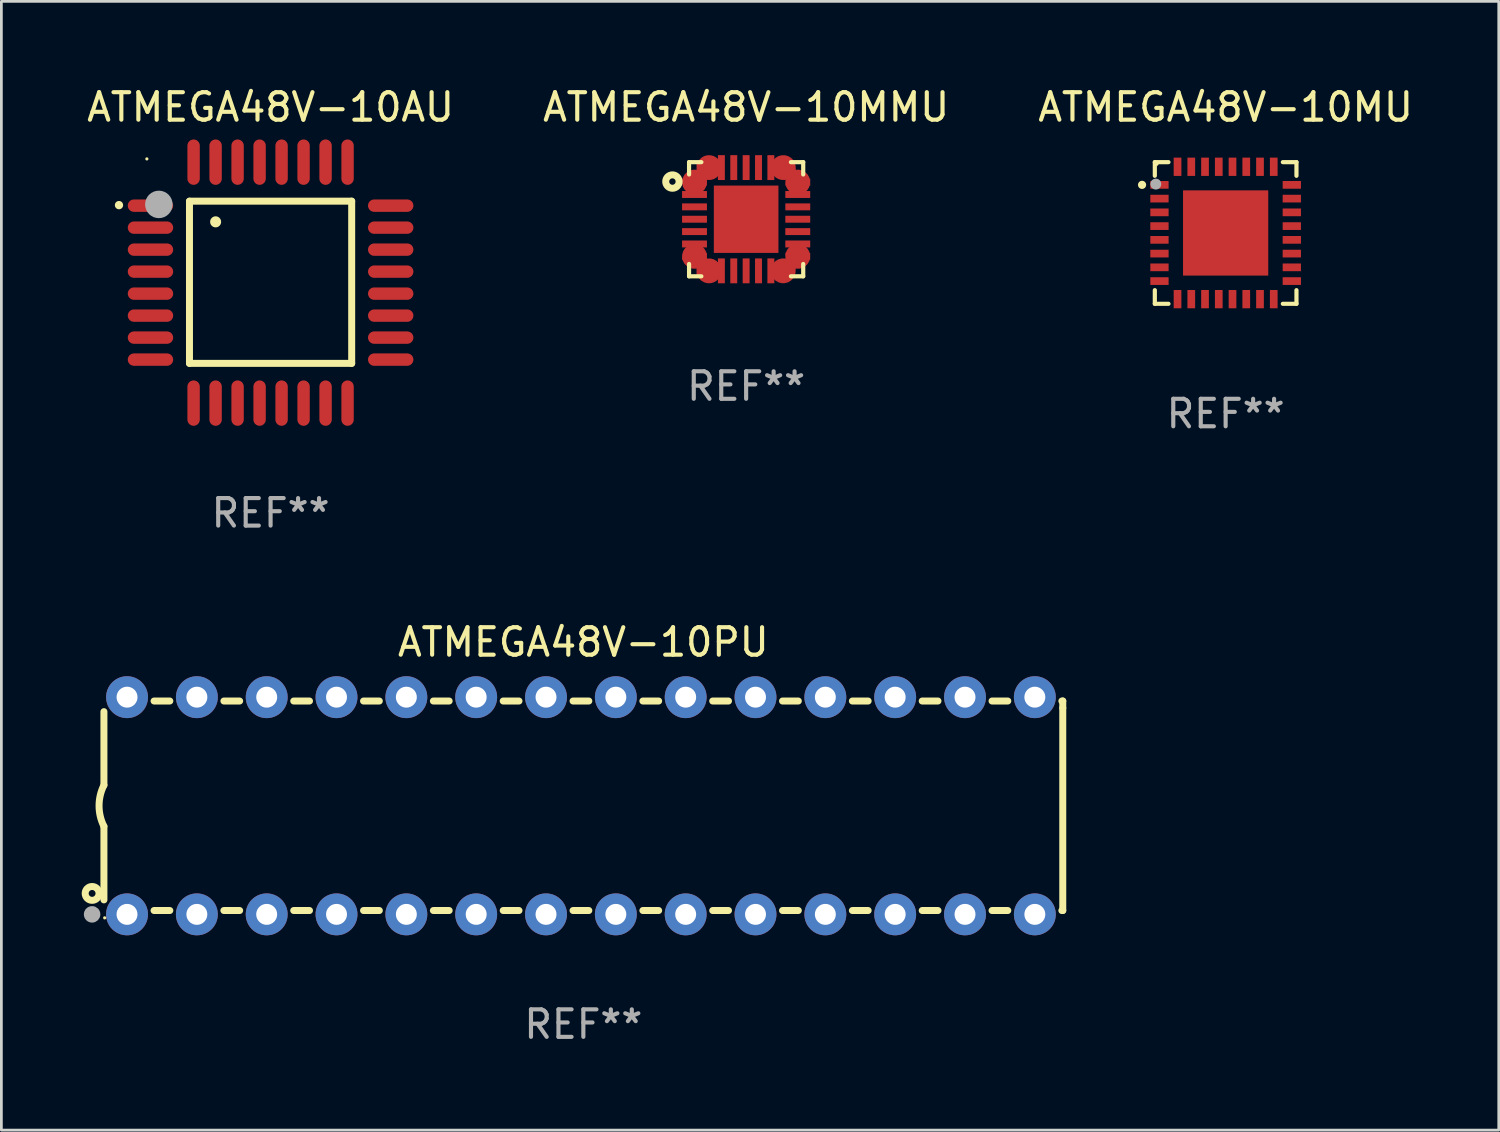
<source format=kicad_pcb>
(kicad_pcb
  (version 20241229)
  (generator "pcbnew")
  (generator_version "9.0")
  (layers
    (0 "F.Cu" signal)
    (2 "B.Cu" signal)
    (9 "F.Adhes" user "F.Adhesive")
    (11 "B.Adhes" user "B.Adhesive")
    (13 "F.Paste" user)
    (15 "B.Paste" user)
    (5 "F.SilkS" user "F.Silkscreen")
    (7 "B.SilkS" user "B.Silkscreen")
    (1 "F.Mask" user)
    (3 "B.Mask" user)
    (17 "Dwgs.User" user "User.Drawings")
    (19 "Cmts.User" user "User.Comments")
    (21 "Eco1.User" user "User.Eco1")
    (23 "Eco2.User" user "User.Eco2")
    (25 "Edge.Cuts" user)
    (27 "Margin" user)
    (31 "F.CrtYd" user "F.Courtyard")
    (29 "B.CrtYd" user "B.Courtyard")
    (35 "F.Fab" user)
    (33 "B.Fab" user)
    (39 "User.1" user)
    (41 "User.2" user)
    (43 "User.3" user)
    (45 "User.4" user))
  (footprint "ATMEGA48V-10MMU"
    (layer "F.Cu")
    (at 24.089 4.924)
    (property "Reference" "ATMEGA48V-10MMU" (at 0 -4.076 0) (layer "F.SilkS") (effects (font (size 1 1) (thickness 0.15))))
    (attr through_hole)
    (fp_line (start -2.076 -2.076) (end -1.628 -2.076) (stroke (width 0.152) (type solid)) (layer "F.SilkS"))
    (fp_line (start -2.076 -1.628) (end -2.076 -2.076) (stroke (width 0.152) (type solid)) (layer "F.SilkS"))
    (fp_line (start -2.076 1.628) (end -2.076 2.076) (stroke (width 0.152) (type solid)) (layer "F.SilkS"))
    (fp_line (start -2.076 2.076) (end -1.628 2.076) (stroke (width 0.152) (type solid)) (layer "F.SilkS"))
    (fp_line (start 2.076 -2.076) (end 1.628 -2.076) (stroke (width 0.152) (type solid)) (layer "F.SilkS"))
    (fp_line (start 2.076 -1.628) (end 2.076 -2.076) (stroke (width 0.152) (type solid)) (layer "F.SilkS"))
    (fp_line (start 2.076 1.628) (end 2.076 2.076) (stroke (width 0.152) (type solid)) (layer "F.SilkS"))
    (fp_line (start 2.076 2.076) (end 1.628 2.076) (stroke (width 0.152) (type solid)) (layer "F.SilkS"))
    (fp_circle (center -2.681 -1.37) (end -2.564 -1.37) (stroke (width 0.254) (type solid)) (fill no) (layer "F.SilkS"))
    (fp_text user "REF**" (at 0 6.076 0) (layer "F.Fab") (effects (font (size 1 1) (thickness 0.15))))
    (pad "1" smd custom (at -1.878 -1.351 180) (size 0.906 0.252) (layers "F.Cu" "F.Mask" "F.Paste") (options (anchor circle)) (primitives (gr_poly (pts (xy 0.317 -0.126) (xy 0.453 0.01) (xy 0.453 0.126) (xy -0.453 0.126) (xy -0.453 -0.126) (xy 0.317 -0.126)) (width 0) (fill yes))))
    (pad "2" smd rect (at -1.878 -0.9) (size 0.905 0.252) (layers "F.Cu" "F.Mask" "F.Paste"))
    (pad "3" smd rect (at -1.878 -0.45) (size 0.905 0.252) (layers "F.Cu" "F.Mask" "F.Paste"))
    (pad "4" smd rect (at -1.878 0) (size 0.905 0.252) (layers "F.Cu" "F.Mask" "F.Paste"))
    (pad "5" smd rect (at -1.878 0.45) (size 0.905 0.252) (layers "F.Cu" "F.Mask" "F.Paste"))
    (pad "6" smd rect (at -1.878 0.9) (size 0.905 0.252) (layers "F.Cu" "F.Mask" "F.Paste"))
    (pad "7" smd custom (at -1.878 1.35 180) (size 0.906 0.252) (layers "F.Cu" "F.Mask" "F.Paste") (options (anchor circle)) (primitives (gr_poly (pts (xy 0.317 0.126) (xy 0.453 -0.01) (xy 0.453 -0.126) (xy -0.453 -0.126) (xy -0.453 0.126) (xy 0.317 0.126)) (width 0) (fill yes))))
    (pad "8" smd custom (at -1.351 1.878 270) (size 0.906 0.252) (layers "F.Cu" "F.Mask" "F.Paste") (options (anchor circle)) (primitives (gr_poly (pts (xy -0.126 -0.317) (xy 0.01 -0.453) (xy 0.126 -0.453) (xy 0.126 0.453) (xy -0.126 0.453) (xy -0.126 -0.317)) (width 0) (fill yes))))
    (pad "9" smd rect (at -0.9 1.878) (size 0.252 0.905) (layers "F.Cu" "F.Mask" "F.Paste"))
    (pad "10" smd rect (at -0.45 1.878) (size 0.252 0.905) (layers "F.Cu" "F.Mask" "F.Paste"))
    (pad "11" smd rect (at 0 1.878) (size 0.252 0.905) (layers "F.Cu" "F.Mask" "F.Paste"))
    (pad "12" smd rect (at 0.45 1.878) (size 0.252 0.905) (layers "F.Cu" "F.Mask" "F.Paste"))
    (pad "13" smd rect (at 0.9 1.878) (size 0.252 0.905) (layers "F.Cu" "F.Mask" "F.Paste"))
    (pad "14" smd custom (at 1.349 1.877 270) (size 0.906 0.252) (layers "F.Cu" "F.Mask" "F.Paste") (options (anchor circle)) (primitives (gr_poly (pts (xy 0.126 -0.317) (xy -0.01 -0.453) (xy -0.126 -0.453) (xy -0.126 0.453) (xy 0.126 0.453) (xy 0.126 -0.317)) (width 0) (fill yes))))
    (pad "15" smd custom (at 1.877 1.35) (size 0.906 0.252) (layers "F.Cu" "F.Mask" "F.Paste") (options (anchor circle)) (primitives (gr_poly (pts (xy -0.317 0.126) (xy -0.453 -0.01) (xy -0.453 -0.126) (xy 0.453 -0.126) (xy 0.453 0.126) (xy -0.317 0.126)) (width 0) (fill yes))))
    (pad "16" smd rect (at 1.878 0.9) (size 0.905 0.252) (layers "F.Cu" "F.Mask" "F.Paste"))
    (pad "17" smd rect (at 1.878 0.45) (size 0.905 0.252) (layers "F.Cu" "F.Mask" "F.Paste"))
    (pad "18" smd rect (at 1.878 0) (size 0.905 0.252) (layers "F.Cu" "F.Mask" "F.Paste"))
    (pad "19" smd rect (at 1.878 -0.45) (size 0.905 0.252) (layers "F.Cu" "F.Mask" "F.Paste"))
    (pad "20" smd rect (at 1.878 -0.9) (size 0.905 0.252) (layers "F.Cu" "F.Mask" "F.Paste"))
    (pad "21" smd custom (at 1.878 -1.35) (size 0.906 0.252) (layers "F.Cu" "F.Mask" "F.Paste") (options (anchor circle)) (primitives (gr_poly (pts (xy -0.317 -0.126) (xy -0.453 0.01) (xy -0.453 0.126) (xy 0.453 0.126) (xy 0.453 -0.126) (xy -0.317 -0.126)) (width 0) (fill yes))))
    (pad "22" smd custom (at 1.351 -1.878 90) (size 0.906 0.252) (layers "F.Cu" "F.Mask" "F.Paste") (options (anchor circle)) (primitives (gr_poly (pts (xy 0.126 0.317) (xy -0.01 0.453) (xy -0.126 0.453) (xy -0.126 -0.453) (xy 0.126 -0.453) (xy 0.126 0.317)) (width 0) (fill yes))))
    (pad "23" smd rect (at 0.9 -1.878) (size 0.252 0.905) (layers "F.Cu" "F.Mask" "F.Paste"))
    (pad "24" smd rect (at 0.45 -1.878) (size 0.252 0.905) (layers "F.Cu" "F.Mask" "F.Paste"))
    (pad "25" smd rect (at 0 -1.878) (size 0.252 0.905) (layers "F.Cu" "F.Mask" "F.Paste"))
    (pad "26" smd rect (at -0.45 -1.878) (size 0.252 0.905) (layers "F.Cu" "F.Mask" "F.Paste"))
    (pad "27" smd rect (at -0.9 -1.878) (size 0.252 0.905) (layers "F.Cu" "F.Mask" "F.Paste"))
    (pad "28" smd custom (at -1.35 -1.878 90) (size 0.906 0.252) (layers "F.Cu" "F.Mask" "F.Paste") (options (anchor circle)) (primitives (gr_poly (pts (xy -0.126 0.317) (xy 0.01 0.453) (xy 0.126 0.453) (xy 0.126 -0.453) (xy -0.126 -0.453) (xy -0.126 0.317)) (width 0) (fill yes))))
    (pad "29" smd rect (at 0 0) (size 2.35 2.45) (layers "F.Cu" "F.Mask" "F.Paste")))
  (footprint "ATMEGA48V-10MU"
    (layer "F.Cu")
    (at 41.53 5.424)
    (property "Reference" "ATMEGA48V-10MU" (at 0 -4.576 0) (layer "F.SilkS") (effects (font (size 1 1) (thickness 0.15))))
    (attr through_hole)
    (fp_line (start -2.576 -2.576) (end -2.576 -2.08) (stroke (width 0.152) (type solid)) (layer "F.SilkS"))
    (fp_line (start -2.576 2.576) (end -2.576 2.08) (stroke (width 0.152) (type solid)) (layer "F.SilkS"))
    (fp_line (start -2.08 -2.576) (end -2.576 -2.576) (stroke (width 0.152) (type solid)) (layer "F.SilkS"))
    (fp_line (start -2.08 2.576) (end -2.576 2.576) (stroke (width 0.152) (type solid)) (layer "F.SilkS"))
    (fp_line (start 2.08 -2.576) (end 2.576 -2.576) (stroke (width 0.152) (type solid)) (layer "F.SilkS"))
    (fp_line (start 2.08 2.576) (end 2.576 2.576) (stroke (width 0.152) (type solid)) (layer "F.SilkS"))
    (fp_line (start 2.576 -2.576) (end 2.576 -2.08) (stroke (width 0.152) (type solid)) (layer "F.SilkS"))
    (fp_line (start 2.576 2.576) (end 2.576 2.08) (stroke (width 0.152) (type solid)) (layer "F.SilkS"))
    (fp_circle (center -3.04 -1.75) (end -2.965 -1.75) (stroke (width 0.15) (type solid)) (fill no) (layer "F.SilkS"))
    (fp_circle (center -2.5 -2.5) (end -2.47 -2.5) (stroke (width 0.06) (type solid)) (fill no) (layer "F.SilkS"))
    (fp_circle (center -2.54 -1.778) (end -2.44 -1.778) (stroke (width 0.2) (type solid)) (fill no) (layer "F.Fab"))
    (fp_text user "REF**" (at 0 6.576 0) (layer "F.Fab") (effects (font (size 1 1) (thickness 0.15))))
    (pad "1" smd rect (at -2.407 -1.75) (size 0.665 0.28) (layers "F.Cu" "F.Mask" "F.Paste"))
    (pad "2" smd rect (at -2.407 -1.25) (size 0.665 0.28) (layers "F.Cu" "F.Mask" "F.Paste"))
    (pad "3" smd rect (at -2.407 -0.75) (size 0.665 0.28) (layers "F.Cu" "F.Mask" "F.Paste"))
    (pad "4" smd rect (at -2.407 -0.25) (size 0.665 0.28) (layers "F.Cu" "F.Mask" "F.Paste"))
    (pad "5" smd rect (at -2.407 0.25) (size 0.665 0.28) (layers "F.Cu" "F.Mask" "F.Paste"))
    (pad "6" smd rect (at -2.407 0.75) (size 0.665 0.28) (layers "F.Cu" "F.Mask" "F.Paste"))
    (pad "7" smd rect (at -2.407 1.25) (size 0.665 0.28) (layers "F.Cu" "F.Mask" "F.Paste"))
    (pad "8" smd rect (at -2.407 1.75) (size 0.665 0.28) (layers "F.Cu" "F.Mask" "F.Paste"))
    (pad "9" smd rect (at -1.75 2.407) (size 0.28 0.665) (layers "F.Cu" "F.Mask" "F.Paste"))
    (pad "10" smd rect (at -1.25 2.407) (size 0.28 0.665) (layers "F.Cu" "F.Mask" "F.Paste"))
    (pad "11" smd rect (at -0.75 2.407) (size 0.28 0.665) (layers "F.Cu" "F.Mask" "F.Paste"))
    (pad "12" smd rect (at -0.25 2.407) (size 0.28 0.665) (layers "F.Cu" "F.Mask" "F.Paste"))
    (pad "13" smd rect (at 0.25 2.407) (size 0.28 0.665) (layers "F.Cu" "F.Mask" "F.Paste"))
    (pad "14" smd rect (at 0.75 2.407) (size 0.28 0.665) (layers "F.Cu" "F.Mask" "F.Paste"))
    (pad "15" smd rect (at 1.25 2.407) (size 0.28 0.665) (layers "F.Cu" "F.Mask" "F.Paste"))
    (pad "16" smd rect (at 1.75 2.407) (size 0.28 0.665) (layers "F.Cu" "F.Mask" "F.Paste"))
    (pad "17" smd rect (at 2.407 1.75) (size 0.665 0.28) (layers "F.Cu" "F.Mask" "F.Paste"))
    (pad "18" smd rect (at 2.407 1.25) (size 0.665 0.28) (layers "F.Cu" "F.Mask" "F.Paste"))
    (pad "19" smd rect (at 2.407 0.75) (size 0.665 0.28) (layers "F.Cu" "F.Mask" "F.Paste"))
    (pad "20" smd rect (at 2.407 0.25) (size 0.665 0.28) (layers "F.Cu" "F.Mask" "F.Paste"))
    (pad "21" smd rect (at 2.407 -0.25) (size 0.665 0.28) (layers "F.Cu" "F.Mask" "F.Paste"))
    (pad "22" smd rect (at 2.407 -0.75) (size 0.665 0.28) (layers "F.Cu" "F.Mask" "F.Paste"))
    (pad "23" smd rect (at 2.407 -1.25) (size 0.665 0.28) (layers "F.Cu" "F.Mask" "F.Paste"))
    (pad "24" smd rect (at 2.407 -1.75) (size 0.665 0.28) (layers "F.Cu" "F.Mask" "F.Paste"))
    (pad "25" smd rect (at 1.75 -2.408) (size 0.28 0.665) (layers "F.Cu" "F.Mask" "F.Paste"))
    (pad "26" smd rect (at 1.25 -2.408) (size 0.28 0.665) (layers "F.Cu" "F.Mask" "F.Paste"))
    (pad "27" smd rect (at 0.75 -2.408) (size 0.28 0.665) (layers "F.Cu" "F.Mask" "F.Paste"))
    (pad "28" smd rect (at 0.25 -2.408) (size 0.28 0.665) (layers "F.Cu" "F.Mask" "F.Paste"))
    (pad "29" smd rect (at -0.25 -2.408) (size 0.28 0.665) (layers "F.Cu" "F.Mask" "F.Paste"))
    (pad "30" smd rect (at -0.75 -2.408) (size 0.28 0.665) (layers "F.Cu" "F.Mask" "F.Paste"))
    (pad "31" smd rect (at -1.25 -2.408) (size 0.28 0.665) (layers "F.Cu" "F.Mask" "F.Paste"))
    (pad "32" smd rect (at -1.75 -2.408) (size 0.28 0.665) (layers "F.Cu" "F.Mask" "F.Paste"))
    (pad "33" smd rect (at -0.000076 -0.000102) (size 3.1 3.1) (layers "F.Cu" "F.Mask" "F.Paste")))
  (footprint "ATMEGA48V-10AU"
    (layer "F.Cu")
    (at 6.792 7.23)
    (property "Reference" "ATMEGA48V-10AU" (at 0 -6.382 0) (layer "F.SilkS") (effects (font (size 1 1) (thickness 0.15))))
    (attr through_hole)
    (fp_line (start -2.95 -2.963) (end -2.95 2.937) (stroke (width 0.254) (type solid)) (layer "F.SilkS"))
    (fp_line (start -2.95 2.937) (end 2.95 2.937) (stroke (width 0.254) (type solid)) (layer "F.SilkS"))
    (fp_line (start 2.95 -2.963) (end -2.95 -2.963) (stroke (width 0.254) (type solid)) (layer "F.SilkS"))
    (fp_line (start 2.95 2.937) (end 2.95 -2.963) (stroke (width 0.254) (type solid)) (layer "F.SilkS"))
    (fp_arc (start -5.514199 -2.818136) (mid -5.514204 -2.819406) (end -5.514199 -2.820676) (stroke (width 0.3) (type solid)) (layer "F.SilkS"))
    (fp_arc (start -1.998984 -2.209804) (mid -1.998988 -2.211074) (end -1.998984 -2.212344) (stroke (width 0.4) (type solid)) (layer "F.SilkS"))
    (fp_circle (center -4.5 -4.5) (end -4.47 -4.5) (stroke (width 0.06) (type solid)) (fill no) (layer "F.SilkS"))
    (fp_circle (center -4.064 -2.845) (end -3.814 -2.845) (stroke (width 0.5) (type solid)) (fill no) (layer "F.Fab"))
    (fp_text user "REF**" (at 0 8.382 0) (layer "F.Fab") (effects (font (size 1 1) (thickness 0.15))))
    (pad "1" smd oval (at -4.369 -2.8 90) (size 0.45 1.65) (layers "F.Cu" "F.Mask" "F.Paste"))
    (pad "2" smd oval (at -4.369 -2 90) (size 0.45 1.65) (layers "F.Cu" "F.Mask" "F.Paste"))
    (pad "3" smd oval (at -4.369 -1.2 90) (size 0.45 1.65) (layers "F.Cu" "F.Mask" "F.Paste"))
    (pad "4" smd oval (at -4.369 -0.4 90) (size 0.45 1.65) (layers "F.Cu" "F.Mask" "F.Paste"))
    (pad "5" smd oval (at -4.369 0.4 90) (size 0.45 1.65) (layers "F.Cu" "F.Mask" "F.Paste"))
    (pad "6" smd oval (at -4.369 1.2 90) (size 0.45 1.65) (layers "F.Cu" "F.Mask" "F.Paste"))
    (pad "7" smd oval (at -4.369 2 90) (size 0.45 1.65) (layers "F.Cu" "F.Mask" "F.Paste"))
    (pad "8" smd oval (at -4.369 2.8 90) (size 0.45 1.65) (layers "F.Cu" "F.Mask" "F.Paste"))
    (pad "9" smd oval (at -2.8 4.382) (size 0.45 1.65) (layers "F.Cu" "F.Mask" "F.Paste"))
    (pad "10" smd oval (at -2 4.382) (size 0.45 1.65) (layers "F.Cu" "F.Mask" "F.Paste"))
    (pad "11" smd oval (at -1.2 4.382) (size 0.45 1.65) (layers "F.Cu" "F.Mask" "F.Paste"))
    (pad "12" smd oval (at -0.4 4.382) (size 0.45 1.65) (layers "F.Cu" "F.Mask" "F.Paste"))
    (pad "13" smd oval (at 0.4 4.382) (size 0.45 1.65) (layers "F.Cu" "F.Mask" "F.Paste"))
    (pad "14" smd oval (at 1.2 4.382) (size 0.45 1.65) (layers "F.Cu" "F.Mask" "F.Paste"))
    (pad "15" smd oval (at 2 4.382) (size 0.45 1.65) (layers "F.Cu" "F.Mask" "F.Paste"))
    (pad "16" smd oval (at 2.8 4.382) (size 0.45 1.65) (layers "F.Cu" "F.Mask" "F.Paste"))
    (pad "17" smd oval (at 4.369 2.8 90) (size 0.45 1.65) (layers "F.Cu" "F.Mask" "F.Paste"))
    (pad "18" smd oval (at 4.369 2 90) (size 0.45 1.65) (layers "F.Cu" "F.Mask" "F.Paste"))
    (pad "19" smd oval (at 4.369 1.2 90) (size 0.45 1.65) (layers "F.Cu" "F.Mask" "F.Paste"))
    (pad "20" smd oval (at 4.369 0.4 90) (size 0.45 1.65) (layers "F.Cu" "F.Mask" "F.Paste"))
    (pad "21" smd oval (at 4.369 -0.4 90) (size 0.45 1.65) (layers "F.Cu" "F.Mask" "F.Paste"))
    (pad "22" smd oval (at 4.369 -1.2 90) (size 0.45 1.65) (layers "F.Cu" "F.Mask" "F.Paste"))
    (pad "23" smd oval (at 4.369 -2 90) (size 0.45 1.65) (layers "F.Cu" "F.Mask" "F.Paste"))
    (pad "24" smd oval (at 4.369 -2.8 90) (size 0.45 1.65) (layers "F.Cu" "F.Mask" "F.Paste"))
    (pad "25" smd oval (at 2.8 -4.382) (size 0.45 1.65) (layers "F.Cu" "F.Mask" "F.Paste"))
    (pad "26" smd oval (at 2 -4.382) (size 0.45 1.65) (layers "F.Cu" "F.Mask" "F.Paste"))
    (pad "27" smd oval (at 1.2 -4.382) (size 0.45 1.65) (layers "F.Cu" "F.Mask" "F.Paste"))
    (pad "28" smd oval (at 0.4 -4.382) (size 0.45 1.65) (layers "F.Cu" "F.Mask" "F.Paste"))
    (pad "29" smd oval (at -0.4 -4.382) (size 0.45 1.65) (layers "F.Cu" "F.Mask" "F.Paste"))
    (pad "30" smd oval (at -1.2 -4.382) (size 0.45 1.65) (layers "F.Cu" "F.Mask" "F.Paste"))
    (pad "31" smd oval (at -2 -4.382) (size 0.45 1.65) (layers "F.Cu" "F.Mask" "F.Paste"))
    (pad "32" smd oval (at -2.8 -4.382) (size 0.45 1.65) (layers "F.Cu" "F.Mask" "F.Paste")))
  (footprint "ATMEGA48V-10PU"
    (layer "F.Cu")
    (at 18.168 26.258)
    (property "Reference" "ATMEGA48V-10PU" (at 0 -5.95 0) (layer "F.SilkS") (effects (font (size 1 1) (thickness 0.15))))
    (attr through_hole)
    (fp_line (start -17.438 0.75) (end -17.438 3.423) (stroke (width 0.254) (type solid)) (layer "F.SilkS"))
    (fp_line (start -17.438 -3.423) (end -17.438 -0.75) (stroke (width 0.254) (type solid)) (layer "F.SilkS"))
    (fp_line (start -15.615 3.81) (end -15.041 3.81) (stroke (width 0.254) (type solid)) (layer "F.SilkS"))
    (fp_line (start -15.041 -3.81) (end -15.614 -3.81) (stroke (width 0.254) (type solid)) (layer "F.SilkS"))
    (fp_line (start -13.075 3.81) (end -12.501 3.81) (stroke (width 0.254) (type solid)) (layer "F.SilkS"))
    (fp_line (start -12.501 -3.81) (end -13.074 -3.81) (stroke (width 0.254) (type solid)) (layer "F.SilkS"))
    (fp_line (start -10.535 3.81) (end -9.961 3.81) (stroke (width 0.254) (type solid)) (layer "F.SilkS"))
    (fp_line (start -9.961 -3.81) (end -10.534 -3.81) (stroke (width 0.254) (type solid)) (layer "F.SilkS"))
    (fp_line (start -7.995 3.81) (end -7.421 3.81) (stroke (width 0.254) (type solid)) (layer "F.SilkS"))
    (fp_line (start -7.421 -3.81) (end -7.995 -3.81) (stroke (width 0.254) (type solid)) (layer "F.SilkS"))
    (fp_line (start -5.455 3.81) (end -4.881 3.81) (stroke (width 0.254) (type solid)) (layer "F.SilkS"))
    (fp_line (start -4.881 -3.81) (end -5.455 -3.81) (stroke (width 0.254) (type solid)) (layer "F.SilkS"))
    (fp_line (start -2.915 3.81) (end -2.341 3.81) (stroke (width 0.254) (type solid)) (layer "F.SilkS"))
    (fp_line (start -2.341 -3.81) (end -2.915 -3.81) (stroke (width 0.254) (type solid)) (layer "F.SilkS"))
    (fp_line (start -0.375 3.81) (end 0.199 3.81) (stroke (width 0.254) (type solid)) (layer "F.SilkS"))
    (fp_line (start 0.199 -3.81) (end -0.375 -3.81) (stroke (width 0.254) (type solid)) (layer "F.SilkS"))
    (fp_line (start 2.165 3.81) (end 2.739 3.81) (stroke (width 0.254) (type solid)) (layer "F.SilkS"))
    (fp_line (start 2.739 -3.81) (end 2.165 -3.81) (stroke (width 0.254) (type solid)) (layer "F.SilkS"))
    (fp_line (start 4.705 3.81) (end 5.279 3.81) (stroke (width 0.254) (type solid)) (layer "F.SilkS"))
    (fp_line (start 5.279 -3.81) (end 4.705 -3.81) (stroke (width 0.254) (type solid)) (layer "F.SilkS"))
    (fp_line (start 7.245 3.81) (end 7.819 3.81) (stroke (width 0.254) (type solid)) (layer "F.SilkS"))
    (fp_line (start 7.819 -3.81) (end 7.245 -3.81) (stroke (width 0.254) (type solid)) (layer "F.SilkS"))
    (fp_line (start 9.785 3.81) (end 10.359 3.81) (stroke (width 0.254) (type solid)) (layer "F.SilkS"))
    (fp_line (start 10.359 -3.81) (end 9.785 -3.81) (stroke (width 0.254) (type solid)) (layer "F.SilkS"))
    (fp_line (start 12.325 3.81) (end 12.899 3.81) (stroke (width 0.254) (type solid)) (layer "F.SilkS"))
    (fp_line (start 12.899 -3.81) (end 12.325 -3.81) (stroke (width 0.254) (type solid)) (layer "F.SilkS"))
    (fp_line (start 14.865 3.81) (end 15.439 3.81) (stroke (width 0.254) (type solid)) (layer "F.SilkS"))
    (fp_line (start 15.439 -3.81) (end 14.865 -3.81) (stroke (width 0.254) (type solid)) (layer "F.SilkS"))
    (fp_line (start 17.405 3.81) (end 17.438 3.81) (stroke (width 0.254) (type solid)) (layer "F.SilkS"))
    (fp_line (start 17.438 -3.81) (end 17.405 -3.81) (stroke (width 0.254) (type solid)) (layer "F.SilkS"))
    (fp_line (start 17.438 -3.556) (end 17.438 -3.81) (stroke (width 0.254) (type solid)) (layer "F.SilkS"))
    (fp_line (start 17.438 3.81) (end 17.438 -3.556) (stroke (width 0.254) (type solid)) (layer "F.SilkS"))
    (fp_arc (start -17.437986 0.749657) (mid -17.614887 -0.000024) (end -17.437783 -0.749657) (stroke (width 0.254001) (type solid)) (layer "F.SilkS"))
    (fp_circle (center -17.868 3.188) (end -17.743 3.188) (stroke (width 0.254) (type solid)) (fill no) (layer "F.SilkS"))
    (fp_circle (center -17.411 4.077) (end -17.381 4.077) (stroke (width 0.06) (type solid)) (fill no) (layer "F.SilkS"))
    (fp_circle (center -17.868 3.95) (end -17.718 3.95) (stroke (width 0.3) (type solid)) (fill no) (layer "F.Fab"))
    (fp_text user "REF**" (at 0 7.95 0) (layer "F.Fab") (effects (font (size 1 1) (thickness 0.15))))
    (pad "1" thru_hole circle (at -16.598 3.95) (size 1.524 1.524) (drill 0.762) (layers "*.Cu" "*.Mask"))
    (pad "2" thru_hole circle (at -14.058 3.95) (size 1.524 1.524) (drill 0.762) (layers "*.Cu" "*.Mask"))
    (pad "3" thru_hole circle (at -11.518 3.95) (size 1.524 1.524) (drill 0.762) (layers "*.Cu" "*.Mask"))
    (pad "4" thru_hole circle (at -8.978 3.95) (size 1.524 1.524) (drill 0.762) (layers "*.Cu" "*.Mask"))
    (pad "5" thru_hole circle (at -6.438 3.95) (size 1.524 1.524) (drill 0.762) (layers "*.Cu" "*.Mask"))
    (pad "6" thru_hole circle (at -3.898 3.95) (size 1.524 1.524) (drill 0.762) (layers "*.Cu" "*.Mask"))
    (pad "7" thru_hole circle (at -1.358 3.95) (size 1.524 1.524) (drill 0.762) (layers "*.Cu" "*.Mask"))
    (pad "8" thru_hole circle (at 1.182 3.95) (size 1.524 1.524) (drill 0.762) (layers "*.Cu" "*.Mask"))
    (pad "9" thru_hole circle (at 3.722 3.95) (size 1.524 1.524) (drill 0.762) (layers "*.Cu" "*.Mask"))
    (pad "10" thru_hole circle (at 6.262 3.95) (size 1.524 1.524) (drill 0.762) (layers "*.Cu" "*.Mask"))
    (pad "11" thru_hole circle (at 8.802 3.95) (size 1.524 1.524) (drill 0.762) (layers "*.Cu" "*.Mask"))
    (pad "12" thru_hole circle (at 11.342 3.95) (size 1.524 1.524) (drill 0.762) (layers "*.Cu" "*.Mask"))
    (pad "13" thru_hole circle (at 13.882 3.95) (size 1.524 1.524) (drill 0.762) (layers "*.Cu" "*.Mask"))
    (pad "14" thru_hole circle (at 16.422 3.95) (size 1.524 1.524) (drill 0.762) (layers "*.Cu" "*.Mask"))
    (pad "15" thru_hole circle (at 16.422 -3.95) (size 1.524 1.524) (drill 0.762) (layers "*.Cu" "*.Mask"))
    (pad "16" thru_hole circle (at 13.882 -3.95) (size 1.524 1.524) (drill 0.762) (layers "*.Cu" "*.Mask"))
    (pad "17" thru_hole circle (at 11.342 -3.95) (size 1.524 1.524) (drill 0.762) (layers "*.Cu" "*.Mask"))
    (pad "18" thru_hole circle (at 8.802 -3.95) (size 1.524 1.524) (drill 0.762) (layers "*.Cu" "*.Mask"))
    (pad "19" thru_hole circle (at 6.262 -3.95) (size 1.524 1.524) (drill 0.762) (layers "*.Cu" "*.Mask"))
    (pad "20" thru_hole circle (at 3.722 -3.95) (size 1.524 1.524) (drill 0.762) (layers "*.Cu" "*.Mask"))
    (pad "21" thru_hole circle (at 1.182 -3.95) (size 1.524 1.524) (drill 0.762) (layers "*.Cu" "*.Mask"))
    (pad "22" thru_hole circle (at -1.358 -3.95) (size 1.524 1.524) (drill 0.762) (layers "*.Cu" "*.Mask"))
    (pad "23" thru_hole circle (at -3.898 -3.95) (size 1.524 1.524) (drill 0.762) (layers "*.Cu" "*.Mask"))
    (pad "24" thru_hole circle (at -6.438 -3.95) (size 1.524 1.524) (drill 0.762) (layers "*.Cu" "*.Mask"))
    (pad "25" thru_hole circle (at -8.978 -3.95) (size 1.524 1.524) (drill 0.762) (layers "*.Cu" "*.Mask"))
    (pad "26" thru_hole circle (at -11.517 -3.95) (size 1.524 1.524) (drill 0.762) (layers "*.Cu" "*.Mask"))
    (pad "27" thru_hole circle (at -14.057 -3.95) (size 1.524 1.524) (drill 0.762) (layers "*.Cu" "*.Mask"))
    (pad "28" thru_hole circle (at -16.597 -3.95) (size 1.524 1.524) (drill 0.762) (layers "*.Cu" "*.Mask")))
  (gr_rect
    (start -3 -3)
    (end 51.464 38.056)
    (stroke (width 0.1) (type default))
    (fill no)
    (layer "Edge.Cuts")))
</source>
